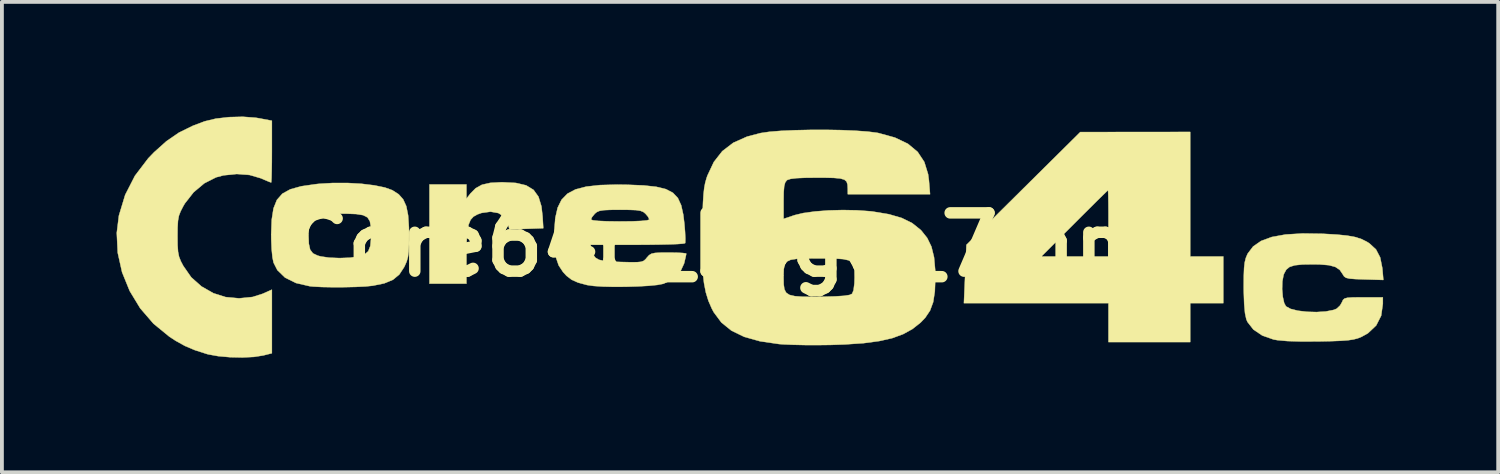
<source format=kicad_pcb>
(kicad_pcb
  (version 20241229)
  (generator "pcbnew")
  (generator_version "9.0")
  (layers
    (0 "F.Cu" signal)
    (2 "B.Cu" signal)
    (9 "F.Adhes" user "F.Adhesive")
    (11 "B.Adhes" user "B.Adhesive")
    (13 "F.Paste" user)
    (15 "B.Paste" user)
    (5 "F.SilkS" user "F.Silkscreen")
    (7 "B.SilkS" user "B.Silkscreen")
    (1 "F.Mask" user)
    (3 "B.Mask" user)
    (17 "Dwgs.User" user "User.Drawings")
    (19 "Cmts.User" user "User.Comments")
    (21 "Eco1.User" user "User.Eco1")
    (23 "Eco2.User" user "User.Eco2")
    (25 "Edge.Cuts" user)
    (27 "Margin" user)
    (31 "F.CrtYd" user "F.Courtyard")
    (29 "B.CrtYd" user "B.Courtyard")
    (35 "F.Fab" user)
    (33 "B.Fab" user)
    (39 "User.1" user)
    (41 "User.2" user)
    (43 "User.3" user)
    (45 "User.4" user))
  (footprint "Core64c_Logo_7mm"
    (layer "F.Cu")
    (at 15.821 3.354)
    (property "Reference" "Core64c_Logo_7mm" (at 0 0 0) (layer "F.SilkS") (effects (font (size 1.524 1.524) (thickness 0.3))))
    (attr through_hole)
    (fp_poly (pts (xy 12.267 0.305) (xy 13.133 0.305) (xy 13.133 1.527) (xy 12.267 1.527) (xy 12.267 2.545) (xy 10.129 2.545) (xy 10.129 1.527) (xy 6.347 1.527) (xy 6.38 0.764) (xy 6.4 0.305) (xy 8.374 0.305) (xy 10.129 0.305) (xy 10.129 -0.56) (xy 10.129 -0.844) (xy 10.127 -1.089) (xy 10.124 -1.278) (xy 10.12 -1.395) (xy 10.116 -1.425) (xy 10.078 -1.391) (xy 9.978 -1.294) (xy 9.826 -1.145) (xy 9.633 -0.953) (xy 9.408 -0.729) (xy 9.239 -0.56) (xy 8.374 0.305) (xy 6.4 0.305) (xy 6.413 0.001) (xy 7.902 -1.474) (xy 9.391 -2.949) (xy 12.267 -2.952) (xy 12.267 0.305)) (stroke (width 0.01) (type solid)) (fill yes) (layer "F.SilkS"))
    (fp_poly (pts (xy -5.375 -1.618) (xy -5.107 -1.555) (xy -4.913 -1.437) (xy -4.783 -1.257) (xy -4.706 -1.005) (xy -4.676 -0.738) (xy -4.658 -0.433) (xy -5.101 -0.418) (xy -5.544 -0.403) (xy -5.588 -0.571) (xy -5.676 -0.73) (xy -5.833 -0.83) (xy -6.038 -0.866) (xy -6.273 -0.833) (xy -6.383 -0.794) (xy -6.484 -0.737) (xy -6.559 -0.654) (xy -6.611 -0.529) (xy -6.644 -0.348) (xy -6.662 -0.098) (xy -6.668 0.237) (xy -6.668 0.313) (xy -6.668 1.018) (xy -7.635 1.018) (xy -7.635 -1.578) (xy -6.668 -1.578) (xy -6.668 -1.208) (xy -6.562 -1.343) (xy -6.425 -1.481) (xy -6.261 -1.571) (xy -6.045 -1.62) (xy -5.754 -1.636) (xy -5.727 -1.636) (xy -5.375 -1.618)) (stroke (width 0.01) (type solid)) (fill yes) (layer "F.SilkS"))
    (fp_poly (pts (xy -12.182 -3.324) (xy -12.096 -3.31) (xy -11.758 -3.246) (xy -11.758 -2.438) (xy -11.759 -2.164) (xy -11.763 -1.929) (xy -11.767 -1.752) (xy -11.773 -1.648) (xy -11.777 -1.629) (xy -11.83 -1.648) (xy -11.947 -1.697) (xy -12.045 -1.74) (xy -12.34 -1.826) (xy -12.679 -1.852) (xy -13.023 -1.817) (xy -13.218 -1.765) (xy -13.524 -1.61) (xy -13.805 -1.375) (xy -14.035 -1.081) (xy -14.076 -1.011) (xy -14.146 -0.876) (xy -14.191 -0.758) (xy -14.215 -0.626) (xy -14.225 -0.451) (xy -14.227 -0.229) (xy -14.225 0.012) (xy -14.213 0.182) (xy -14.187 0.311) (xy -14.141 0.429) (xy -14.077 0.551) (xy -13.868 0.851) (xy -13.602 1.088) (xy -13.288 1.267) (xy -12.97 1.368) (xy -12.617 1.401) (xy -12.266 1.366) (xy -12 1.282) (xy -11.758 1.174) (xy -11.758 2.838) (xy -11.984 2.895) (xy -12.225 2.933) (xy -12.527 2.948) (xy -12.853 2.941) (xy -13.165 2.913) (xy -13.425 2.866) (xy -13.464 2.855) (xy -13.775 2.755) (xy -14.03 2.647) (xy -14.271 2.514) (xy -14.441 2.403) (xy -14.855 2.064) (xy -15.203 1.661) (xy -15.478 1.208) (xy -15.677 0.719) (xy -15.791 0.208) (xy -15.816 -0.312) (xy -15.76 -0.764) (xy -15.596 -1.306) (xy -15.341 -1.805) (xy -14.993 -2.262) (xy -14.843 -2.418) (xy -14.518 -2.709) (xy -14.191 -2.934) (xy -13.824 -3.114) (xy -13.516 -3.23) (xy -13.225 -3.3) (xy -12.878 -3.34) (xy -12.517 -3.349) (xy -12.182 -3.324)) (stroke (width 0.01) (type solid)) (fill yes) (layer "F.SilkS"))
    (fp_poly (pts (xy -9.781 -1.617) (xy -9.413 -1.596) (xy -9.079 -1.555) (xy -8.801 -1.498) (xy -8.607 -1.428) (xy -8.442 -1.322) (xy -8.323 -1.188) (xy -8.242 -1.01) (xy -8.194 -0.771) (xy -8.173 -0.455) (xy -8.171 -0.28) (xy -8.172 -0.012) (xy -8.18 0.18) (xy -8.199 0.321) (xy -8.231 0.436) (xy -8.281 0.55) (xy -8.297 0.583) (xy -8.424 0.777) (xy -8.591 0.915) (xy -8.818 1.009) (xy -9.121 1.071) (xy -9.31 1.09) (xy -9.568 1.102) (xy -9.863 1.109) (xy -10.166 1.11) (xy -10.447 1.105) (xy -10.673 1.093) (xy -10.766 1.084) (xy -11.129 1) (xy -11.413 0.859) (xy -11.615 0.663) (xy -11.714 0.468) (xy -11.743 0.328) (xy -11.764 0.115) (xy -11.775 -0.145) (xy -11.776 -0.259) (xy -10.8 -0.259) (xy -10.791 -0.026) (xy -10.757 0.128) (xy -10.684 0.224) (xy -10.56 0.283) (xy -10.479 0.305) (xy -10.258 0.337) (xy -9.986 0.348) (xy -9.715 0.338) (xy -9.495 0.307) (xy -9.336 0.254) (xy -9.237 0.169) (xy -9.183 0.032) (xy -9.163 -0.178) (xy -9.162 -0.264) (xy -9.168 -0.471) (xy -9.195 -0.618) (xy -9.257 -0.716) (xy -9.371 -0.775) (xy -9.549 -0.804) (xy -9.806 -0.814) (xy -9.971 -0.814) (xy -10.279 -0.811) (xy -10.499 -0.794) (xy -10.647 -0.754) (xy -10.736 -0.682) (xy -10.782 -0.566) (xy -10.798 -0.399) (xy -10.8 -0.259) (xy -11.776 -0.259) (xy -11.776 -0.281) (xy -11.762 -0.658) (xy -11.716 -0.952) (xy -11.627 -1.174) (xy -11.484 -1.337) (xy -11.275 -1.452) (xy -10.99 -1.531) (xy -10.617 -1.585) (xy -10.526 -1.595) (xy -10.159 -1.617) (xy -9.781 -1.617)) (stroke (width 0.01) (type solid)) (fill yes) (layer "F.SilkS"))
    (fp_poly (pts (xy 15.743 -0.288) (xy 15.754 -0.287) (xy 16.104 -0.267) (xy 16.373 -0.24) (xy 16.579 -0.203) (xy 16.744 -0.151) (xy 16.887 -0.08) (xy 16.956 -0.036) (xy 17.128 0.122) (xy 17.237 0.331) (xy 17.293 0.61) (xy 17.297 0.651) (xy 17.32 0.92) (xy 16.818 0.905) (xy 16.587 0.897) (xy 16.437 0.885) (xy 16.346 0.864) (xy 16.294 0.829) (xy 16.259 0.774) (xy 16.255 0.767) (xy 16.178 0.655) (xy 16.064 0.579) (xy 15.897 0.534) (xy 15.658 0.514) (xy 15.49 0.511) (xy 15.205 0.515) (xy 15.003 0.536) (xy 14.867 0.579) (xy 14.78 0.65) (xy 14.722 0.757) (xy 14.709 0.793) (xy 14.678 0.96) (xy 14.672 1.16) (xy 14.689 1.36) (xy 14.726 1.525) (xy 14.773 1.611) (xy 14.893 1.677) (xy 15.085 1.725) (xy 15.322 1.753) (xy 15.574 1.76) (xy 15.813 1.745) (xy 16.012 1.706) (xy 16.1 1.672) (xy 16.189 1.587) (xy 16.239 1.499) (xy 16.265 1.442) (xy 16.306 1.406) (xy 16.381 1.386) (xy 16.511 1.377) (xy 16.717 1.374) (xy 16.796 1.374) (xy 17.307 1.374) (xy 17.307 1.545) (xy 17.263 1.855) (xy 17.132 2.112) (xy 16.916 2.315) (xy 16.747 2.409) (xy 16.649 2.448) (xy 16.54 2.476) (xy 16.403 2.497) (xy 16.218 2.511) (xy 15.969 2.521) (xy 15.636 2.528) (xy 15.627 2.528) (xy 15.171 2.53) (xy 14.81 2.519) (xy 14.547 2.495) (xy 14.449 2.478) (xy 14.153 2.374) (xy 13.92 2.217) (xy 13.765 2.018) (xy 13.735 1.948) (xy 13.701 1.79) (xy 13.679 1.543) (xy 13.668 1.22) (xy 13.667 1.094) (xy 13.669 0.81) (xy 13.677 0.605) (xy 13.694 0.458) (xy 13.722 0.346) (xy 13.764 0.246) (xy 13.773 0.229) (xy 13.913 0.044) (xy 14.121 -0.1) (xy 14.402 -0.204) (xy 14.763 -0.269) (xy 15.208 -0.296) (xy 15.743 -0.288)) (stroke (width 0.01) (type solid)) (fill yes) (layer "F.SilkS"))
    (fp_poly (pts (xy -2.448 -1.57) (xy -2.03 -1.553) (xy -1.701 -1.517) (xy -1.45 -1.456) (xy -1.266 -1.36) (xy -1.136 -1.222) (xy -1.05 -1.034) (xy -0.995 -0.787) (xy -0.966 -0.548) (xy -0.949 -0.339) (xy -0.941 -0.169) (xy -0.943 -0.062) (xy -0.948 -0.041) (xy -1.004 -0.03) (xy -1.147 -0.019) (xy -1.364 -0.011) (xy -1.639 -0.005) (xy -1.96 -0.001) (xy -2.197 0) (xy -3.421 0) (xy -3.387 0.14) (xy -3.35 0.258) (xy -3.293 0.339) (xy -3.199 0.393) (xy -3.051 0.424) (xy -2.83 0.442) (xy -2.627 0.45) (xy -2.377 0.456) (xy -2.209 0.456) (xy -2.1 0.445) (xy -2.032 0.421) (xy -1.983 0.379) (xy -1.947 0.335) (xy -1.891 0.273) (xy -1.828 0.234) (xy -1.733 0.213) (xy -1.582 0.205) (xy -1.38 0.204) (xy -1.177 0.206) (xy -1.019 0.214) (xy -0.929 0.225) (xy -0.916 0.232) (xy -0.928 0.294) (xy -0.957 0.419) (xy -0.973 0.487) (xy -1.083 0.727) (xy -1.275 0.91) (xy -1.516 1.02) (xy -1.671 1.05) (xy -1.904 1.073) (xy -2.188 1.089) (xy -2.499 1.098) (xy -2.812 1.1) (xy -3.101 1.093) (xy -3.343 1.077) (xy -3.512 1.053) (xy -3.748 0.989) (xy -3.916 0.914) (xy -4.05 0.811) (xy -4.142 0.711) (xy -4.255 0.539) (xy -4.328 0.327) (xy -4.366 0.058) (xy -4.372 -0.286) (xy -4.369 -0.382) (xy -4.346 -0.662) (xy -3.41 -0.662) (xy -3.361 -0.641) (xy -3.219 -0.625) (xy -2.992 -0.615) (xy -2.69 -0.611) (xy -2.647 -0.611) (xy -2.336 -0.614) (xy -2.099 -0.624) (xy -1.946 -0.639) (xy -1.884 -0.659) (xy -1.883 -0.662) (xy -1.916 -0.732) (xy -1.985 -0.814) (xy -2.042 -0.86) (xy -2.118 -0.89) (xy -2.233 -0.907) (xy -2.41 -0.914) (xy -2.647 -0.916) (xy -2.899 -0.914) (xy -3.071 -0.906) (xy -3.183 -0.888) (xy -3.256 -0.857) (xy -3.309 -0.814) (xy -3.383 -0.723) (xy -3.41 -0.662) (xy -4.346 -0.662) (xy -4.342 -0.707) (xy -4.282 -0.97) (xy -4.18 -1.178) (xy -4.027 -1.336) (xy -3.814 -1.449) (xy -3.533 -1.522) (xy -3.174 -1.562) (xy -2.729 -1.574) (xy -2.448 -1.57)) (stroke (width 0.01) (type solid)) (fill yes) (layer "F.SilkS"))
    (fp_poly (pts (xy 3.141 -3) (xy 3.513 -2.984) (xy 3.833 -2.961) (xy 4.077 -2.93) (xy 4.112 -2.923) (xy 4.541 -2.805) (xy 4.881 -2.643) (xy 5.136 -2.431) (xy 5.311 -2.167) (xy 5.41 -1.846) (xy 5.431 -1.688) (xy 5.461 -1.323) (xy 3.309 -1.323) (xy 3.308 -1.463) (xy 3.302 -1.574) (xy 3.278 -1.652) (xy 3.219 -1.704) (xy 3.111 -1.735) (xy 2.94 -1.75) (xy 2.69 -1.756) (xy 2.504 -1.756) (xy 2.191 -1.753) (xy 1.966 -1.743) (xy 1.817 -1.725) (xy 1.731 -1.698) (xy 1.713 -1.686) (xy 1.671 -1.63) (xy 1.645 -1.534) (xy 1.632 -1.376) (xy 1.629 -1.147) (xy 1.629 -0.678) (xy 1.919 -0.776) (xy 2.148 -0.831) (xy 2.451 -0.872) (xy 2.803 -0.899) (xy 3.179 -0.909) (xy 3.553 -0.902) (xy 3.898 -0.877) (xy 3.959 -0.87) (xy 4.382 -0.8) (xy 4.721 -0.701) (xy 4.992 -0.568) (xy 5.211 -0.393) (xy 5.228 -0.377) (xy 5.387 -0.178) (xy 5.497 0.049) (xy 5.565 0.324) (xy 5.596 0.666) (xy 5.599 0.866) (xy 5.586 1.221) (xy 5.543 1.499) (xy 5.461 1.721) (xy 5.334 1.91) (xy 5.212 2.036) (xy 5.001 2.203) (xy 4.758 2.337) (xy 4.472 2.442) (xy 4.131 2.519) (xy 3.722 2.574) (xy 3.233 2.607) (xy 2.856 2.62) (xy 2.523 2.624) (xy 2.188 2.623) (xy 1.879 2.616) (xy 1.625 2.605) (xy 1.511 2.597) (xy 1.012 2.524) (xy 0.599 2.408) (xy 0.265 2.246) (xy 0.002 2.033) (xy -0.198 1.765) (xy -0.25 1.667) (xy -0.338 1.464) (xy -0.405 1.246) (xy -0.453 1) (xy -0.468 0.863) (xy 1.629 0.863) (xy 1.632 1.035) (xy 1.65 1.163) (xy 1.696 1.253) (xy 1.783 1.311) (xy 1.924 1.344) (xy 2.133 1.359) (xy 2.422 1.361) (xy 2.657 1.358) (xy 2.979 1.35) (xy 3.208 1.335) (xy 3.352 1.313) (xy 3.42 1.283) (xy 3.46 1.188) (xy 3.482 1.009) (xy 3.487 0.859) (xy 3.484 0.683) (xy 3.467 0.554) (xy 3.421 0.464) (xy 3.333 0.407) (xy 3.19 0.375) (xy 2.978 0.36) (xy 2.684 0.356) (xy 2.539 0.356) (xy 2.215 0.358) (xy 1.978 0.367) (xy 1.816 0.392) (xy 1.714 0.44) (xy 1.658 0.52) (xy 1.634 0.638) (xy 1.629 0.803) (xy 1.629 0.863) (xy -0.468 0.863) (xy -0.484 0.709) (xy -0.501 0.359) (xy -0.504 -0.065) (xy -0.498 -0.456) (xy -0.489 -0.823) (xy -0.479 -1.105) (xy -0.465 -1.32) (xy -0.447 -1.485) (xy -0.422 -1.618) (xy -0.389 -1.736) (xy -0.365 -1.807) (xy -0.196 -2.166) (xy 0.026 -2.45) (xy 0.313 -2.669) (xy 0.674 -2.83) (xy 1.029 -2.923) (xy 1.256 -2.956) (xy 1.562 -2.981) (xy 1.926 -2.997) (xy 2.326 -3.006) (xy 2.738 -3.007) (xy 3.141 -3)) (stroke (width 0.01) (type solid)) (fill yes) (layer "F.SilkS")))
  (gr_rect
    (start -3 -3)
    (end 36.146 9.307)
    (stroke (width 0.1) (type default))
    (fill no)
    (layer "Edge.Cuts")))
</source>
